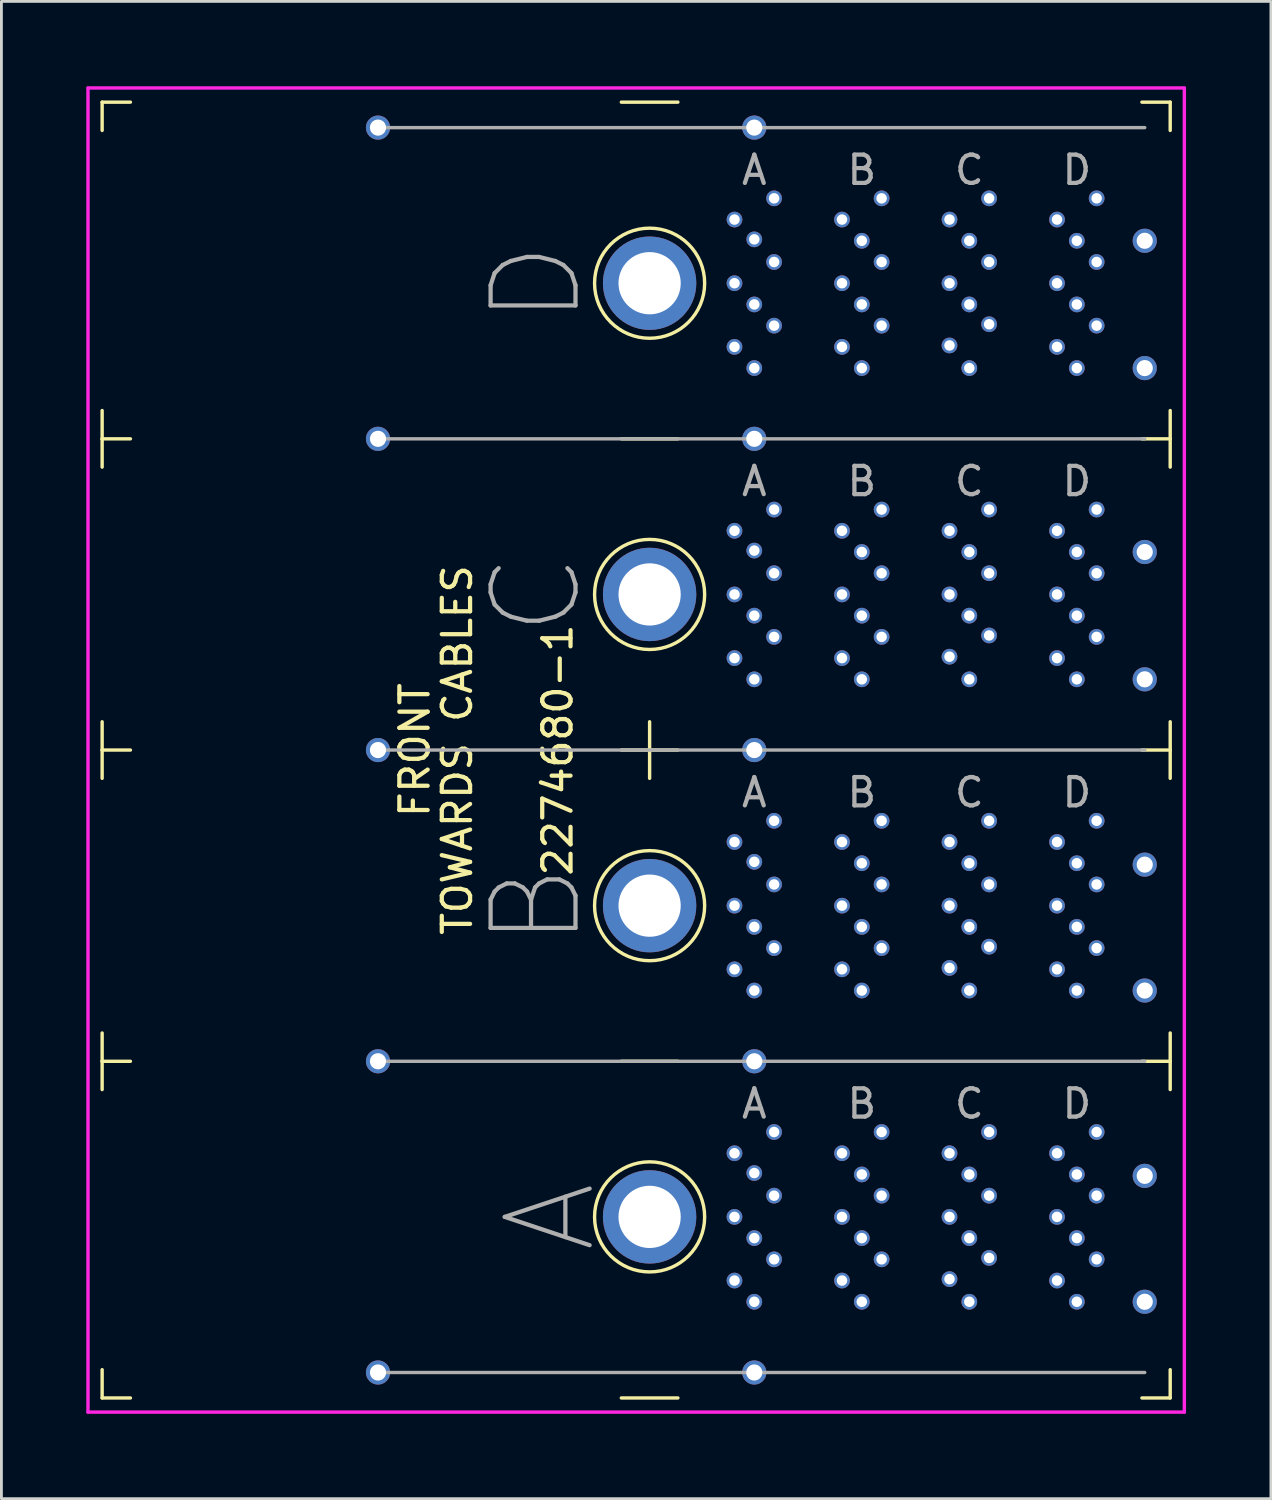
<source format=kicad_pcb>
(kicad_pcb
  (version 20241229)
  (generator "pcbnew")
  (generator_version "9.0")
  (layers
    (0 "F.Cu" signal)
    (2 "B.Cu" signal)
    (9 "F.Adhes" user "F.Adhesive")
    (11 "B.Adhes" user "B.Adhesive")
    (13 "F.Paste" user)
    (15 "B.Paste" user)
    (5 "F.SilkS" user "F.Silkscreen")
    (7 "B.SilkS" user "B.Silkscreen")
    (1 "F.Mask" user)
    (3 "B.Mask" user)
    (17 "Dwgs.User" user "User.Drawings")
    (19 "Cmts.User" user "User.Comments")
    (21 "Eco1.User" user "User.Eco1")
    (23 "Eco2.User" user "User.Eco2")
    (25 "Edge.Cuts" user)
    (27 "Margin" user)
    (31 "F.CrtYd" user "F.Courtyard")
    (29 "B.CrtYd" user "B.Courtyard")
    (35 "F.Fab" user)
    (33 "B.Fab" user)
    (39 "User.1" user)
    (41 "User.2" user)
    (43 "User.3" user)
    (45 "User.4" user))
  (footprint "2274680-1"
    (layer "F.Cu")
    (at 19.91 23.46)
    (property "Reference" "2274680-1" (at -3.25 0 90) (layer "F.SilkS") (effects (font (size 1 1) (thickness 0.15))))
    (attr through_hole)
    (fp_line (start -19.35 -22.9) (end -19.35 -21.9) (stroke (width 0.12) (type solid)) (layer "F.SilkS"))
    (fp_line (start -19.35 -22.9) (end -18.35 -22.9) (stroke (width 0.12) (type solid)) (layer "F.SilkS"))
    (fp_line (start -19.35 -11) (end -19.35 -12) (stroke (width 0.12) (type solid)) (layer "F.SilkS"))
    (fp_line (start -19.35 -11) (end -19.35 -10) (stroke (width 0.12) (type solid)) (layer "F.SilkS"))
    (fp_line (start -19.35 -11) (end -18.35 -11) (stroke (width 0.12) (type solid)) (layer "F.SilkS"))
    (fp_line (start -19.35 0) (end -19.35 -1) (stroke (width 0.12) (type solid)) (layer "F.SilkS"))
    (fp_line (start -19.35 0) (end -19.35 1) (stroke (width 0.12) (type solid)) (layer "F.SilkS"))
    (fp_line (start -19.35 0) (end -18.35 0) (stroke (width 0.12) (type solid)) (layer "F.SilkS"))
    (fp_line (start -19.35 11) (end -19.35 10) (stroke (width 0.12) (type solid)) (layer "F.SilkS"))
    (fp_line (start -19.35 11) (end -19.35 12) (stroke (width 0.12) (type solid)) (layer "F.SilkS"))
    (fp_line (start -19.35 11) (end -18.35 11) (stroke (width 0.12) (type solid)) (layer "F.SilkS"))
    (fp_line (start -19.35 22.9) (end -19.35 21.9) (stroke (width 0.12) (type solid)) (layer "F.SilkS"))
    (fp_line (start -19.35 22.9) (end -18.35 22.9) (stroke (width 0.12) (type solid)) (layer "F.SilkS"))
    (fp_line (start -1 -22.9) (end 1 -22.9) (stroke (width 0.12) (type solid)) (layer "F.SilkS"))
    (fp_line (start -1 -11) (end 1 -11) (stroke (width 0.12) (type solid)) (layer "F.SilkS"))
    (fp_line (start -1 0) (end 1 0) (stroke (width 0.12) (type solid)) (layer "F.SilkS"))
    (fp_line (start -1 11) (end 1 11) (stroke (width 0.12) (type solid)) (layer "F.SilkS"))
    (fp_line (start -1 22.9) (end 1 22.9) (stroke (width 0.12) (type solid)) (layer "F.SilkS"))
    (fp_line (start 0 -1) (end 0 1) (stroke (width 0.12) (type solid)) (layer "F.SilkS"))
    (fp_line (start 18.4 -22.9) (end 17.4 -22.9) (stroke (width 0.12) (type solid)) (layer "F.SilkS"))
    (fp_line (start 18.4 -22.9) (end 18.4 -21.9) (stroke (width 0.12) (type solid)) (layer "F.SilkS"))
    (fp_line (start 18.4 -11) (end 17.4 -11) (stroke (width 0.12) (type solid)) (layer "F.SilkS"))
    (fp_line (start 18.4 -11) (end 18.4 -12) (stroke (width 0.12) (type solid)) (layer "F.SilkS"))
    (fp_line (start 18.4 -11) (end 18.4 -10) (stroke (width 0.12) (type solid)) (layer "F.SilkS"))
    (fp_line (start 18.4 0) (end 17.4 0) (stroke (width 0.12) (type solid)) (layer "F.SilkS"))
    (fp_line (start 18.4 0) (end 18.4 -1) (stroke (width 0.12) (type solid)) (layer "F.SilkS"))
    (fp_line (start 18.4 0) (end 18.4 1) (stroke (width 0.12) (type solid)) (layer "F.SilkS"))
    (fp_line (start 18.4 11) (end 17.4 11) (stroke (width 0.12) (type solid)) (layer "F.SilkS"))
    (fp_line (start 18.4 11) (end 18.4 10) (stroke (width 0.12) (type solid)) (layer "F.SilkS"))
    (fp_line (start 18.4 11) (end 18.4 12) (stroke (width 0.12) (type solid)) (layer "F.SilkS"))
    (fp_line (start 18.4 22.9) (end 17.4 22.9) (stroke (width 0.12) (type solid)) (layer "F.SilkS"))
    (fp_line (start 18.4 22.9) (end 18.4 21.9) (stroke (width 0.12) (type solid)) (layer "F.SilkS"))
    (fp_circle (center 0 -16.5) (end 1.75 -17.35) (stroke (width 0.12) (type solid)) (fill no) (layer "F.SilkS"))
    (fp_circle (center 0 -5.5) (end 1.75 -6.35) (stroke (width 0.12) (type solid)) (fill no) (layer "F.SilkS"))
    (fp_circle (center 0 5.5) (end 1.75 4.65) (stroke (width 0.12) (type solid)) (fill no) (layer "F.SilkS"))
    (fp_circle (center 0 16.5) (end 1.75 15.65) (stroke (width 0.12) (type solid)) (fill no) (layer "F.SilkS"))
    (fp_line (start -19.85 -23.4) (end -19.85 23.4) (stroke (width 0.12) (type solid)) (layer "F.CrtYd"))
    (fp_line (start -19.85 23.4) (end 18.9 23.4) (stroke (width 0.12) (type solid)) (layer "F.CrtYd"))
    (fp_line (start 18.9 -23.4) (end -19.85 -23.4) (stroke (width 0.12) (type solid)) (layer "F.CrtYd"))
    (fp_line (start 18.9 23.4) (end 18.9 -23.4) (stroke (width 0.12) (type solid)) (layer "F.CrtYd"))
    (fp_line (start 17.5 -22) (end -9.6 -22) (stroke (width 0.12) (type solid)) (layer "F.Fab"))
    (fp_line (start 17.5 -11) (end -9.6 -11) (stroke (width 0.12) (type solid)) (layer "F.Fab"))
    (fp_line (start 17.5 0) (end -9.6 0) (stroke (width 0.12) (type solid)) (layer "F.Fab"))
    (fp_line (start 17.5 11) (end -9.6 11) (stroke (width 0.12) (type solid)) (layer "F.Fab"))
    (fp_line (start 17.5 22) (end -9.6 22) (stroke (width 0.12) (type solid)) (layer "F.Fab"))
    (fp_text user "TOWARDS CABLES" (at -6.8 0 90) (layer "F.SilkS") (effects (font (size 1 1) (thickness 0.15))))
    (fp_text user "FRONT" (at -8.3 0 90) (layer "F.SilkS") (effects (font (size 1 1) (thickness 0.15))))
    (fp_text user "A" (at -3.5 16.5 90) (layer "F.Fab") (effects (font (size 3 3) (thickness 0.15))))
    (fp_text user "B" (at 7.5 12.5 0) (layer "F.Fab") (effects (font (size 1 1) (thickness 0.15))))
    (fp_text user "C" (at 11.3 -20.5 0) (layer "F.Fab") (effects (font (size 1 1) (thickness 0.15))))
    (fp_text user "B" (at 7.5 -20.5 0) (layer "F.Fab") (effects (font (size 1 1) (thickness 0.15))))
    (fp_text user "A" (at 3.7 12.5 0) (layer "F.Fab") (effects (font (size 1 1) (thickness 0.15))))
    (fp_text user "C" (at -4 -5.5 90) (layer "F.Fab") (effects (font (size 3 3) (thickness 0.15))))
    (fp_text user "D" (at 15.1 1.5 0) (layer "F.Fab") (effects (font (size 1 1) (thickness 0.15))))
    (fp_text user "C" (at 11.3 12.5 0) (layer "F.Fab") (effects (font (size 1 1) (thickness 0.15))))
    (fp_text user "D" (at 15.1 12.5 0) (layer "F.Fab") (effects (font (size 1 1) (thickness 0.15))))
    (fp_text user "A" (at 3.7 1.5 0) (layer "F.Fab") (effects (font (size 1 1) (thickness 0.15))))
    (fp_text user "B" (at 7.5 1.5 0) (layer "F.Fab") (effects (font (size 1 1) (thickness 0.15))))
    (fp_text user "C" (at 11.3 1.5 0) (layer "F.Fab") (effects (font (size 1 1) (thickness 0.15))))
    (fp_text user "A" (at 3.7 -20.5 0) (layer "F.Fab") (effects (font (size 1 1) (thickness 0.15))))
    (fp_text user "A" (at 3.7 -9.5 0) (layer "F.Fab") (effects (font (size 1 1) (thickness 0.15))))
    (fp_text user "D" (at -4 -16.5 90) (layer "F.Fab") (effects (font (size 3 3) (thickness 0.15))))
    (fp_text user "B" (at -4 5.5 90) (layer "F.Fab") (effects (font (size 3 3) (thickness 0.15))))
    (fp_text user "C" (at 11.3 -9.5 0) (layer "F.Fab") (effects (font (size 1 1) (thickness 0.15))))
    (fp_text user "D" (at 15.1 -9.5 0) (layer "F.Fab") (effects (font (size 1 1) (thickness 0.15))))
    (fp_text user "B" (at 7.5 -9.5 0) (layer "F.Fab") (effects (font (size 1 1) (thickness 0.15))))
    (fp_text user "D" (at 15.1 -20.5 0) (layer "F.Fab") (effects (font (size 1 1) (thickness 0.15))))
    (pad "A1-A" thru_hole circle (at 4.4 13.5) (size 0.555 0.555) (drill 0.37) (layers "*.Cu" "*.Mask"))
    (pad "A1-B" thru_hole circle (at 4.4 2.5) (size 0.555 0.555) (drill 0.37) (layers "*.Cu" "*.Mask"))
    (pad "A1-C" thru_hole circle (at 4.4 -8.5) (size 0.555 0.555) (drill 0.37) (layers "*.Cu" "*.Mask"))
    (pad "A1-D" thru_hole circle (at 4.4 -19.5) (size 0.555 0.555) (drill 0.37) (layers "*.Cu" "*.Mask"))
    (pad "A2-A" thru_hole circle (at 3 14.25) (size 0.555 0.555) (drill 0.37) (layers "*.Cu" "*.Mask"))
    (pad "A2-B" thru_hole circle (at 3 3.25) (size 0.555 0.555) (drill 0.37) (layers "*.Cu" "*.Mask"))
    (pad "A2-C" thru_hole circle (at 3 -7.75) (size 0.555 0.555) (drill 0.37) (layers "*.Cu" "*.Mask"))
    (pad "A2-D" thru_hole circle (at 3 -18.75) (size 0.555 0.555) (drill 0.37) (layers "*.Cu" "*.Mask"))
    (pad "A3-A" thru_hole circle (at 3.7 14.95) (size 0.555 0.555) (drill 0.37) (layers "*.Cu" "*.Mask"))
    (pad "A3-B" thru_hole circle (at 3.7 3.95) (size 0.555 0.555) (drill 0.37) (layers "*.Cu" "*.Mask"))
    (pad "A3-C" thru_hole circle (at 3.7 -7.05) (size 0.555 0.555) (drill 0.37) (layers "*.Cu" "*.Mask"))
    (pad "A3-D" thru_hole circle (at 3.7 -18.05) (size 0.555 0.555) (drill 0.37) (layers "*.Cu" "*.Mask"))
    (pad "A4-A" thru_hole circle (at 4.4 15.75) (size 0.555 0.555) (drill 0.37) (layers "*.Cu" "*.Mask"))
    (pad "A4-B" thru_hole circle (at 4.4 4.75) (size 0.555 0.555) (drill 0.37) (layers "*.Cu" "*.Mask"))
    (pad "A4-C" thru_hole circle (at 4.4 -6.25) (size 0.555 0.555) (drill 0.37) (layers "*.Cu" "*.Mask"))
    (pad "A4-D" thru_hole circle (at 4.4 -17.25) (size 0.555 0.555) (drill 0.37) (layers "*.Cu" "*.Mask"))
    (pad "A5-A" thru_hole circle (at 3 16.5) (size 0.555 0.555) (drill 0.37) (layers "*.Cu" "*.Mask"))
    (pad "A5-B" thru_hole circle (at 3 5.5) (size 0.555 0.555) (drill 0.37) (layers "*.Cu" "*.Mask"))
    (pad "A5-C" thru_hole circle (at 3 -5.5) (size 0.555 0.555) (drill 0.37) (layers "*.Cu" "*.Mask"))
    (pad "A5-D" thru_hole circle (at 3 -16.5) (size 0.555 0.555) (drill 0.37) (layers "*.Cu" "*.Mask"))
    (pad "A6-A" thru_hole circle (at 3.7 17.25) (size 0.555 0.555) (drill 0.37) (layers "*.Cu" "*.Mask"))
    (pad "A6-B" thru_hole circle (at 3.7 6.25) (size 0.555 0.555) (drill 0.37) (layers "*.Cu" "*.Mask"))
    (pad "A6-C" thru_hole circle (at 3.7 -4.75) (size 0.555 0.555) (drill 0.37) (layers "*.Cu" "*.Mask"))
    (pad "A6-D" thru_hole circle (at 3.7 -15.75) (size 0.555 0.555) (drill 0.37) (layers "*.Cu" "*.Mask"))
    (pad "A7-A" thru_hole circle (at 4.4 18) (size 0.555 0.555) (drill 0.37) (layers "*.Cu" "*.Mask"))
    (pad "A7-B" thru_hole circle (at 4.4 7) (size 0.555 0.555) (drill 0.37) (layers "*.Cu" "*.Mask"))
    (pad "A7-C" thru_hole circle (at 4.4 -4) (size 0.555 0.555) (drill 0.37) (layers "*.Cu" "*.Mask"))
    (pad "A7-D" thru_hole circle (at 4.4 -15) (size 0.555 0.555) (drill 0.37) (layers "*.Cu" "*.Mask"))
    (pad "A8-A" thru_hole circle (at 3 18.75) (size 0.555 0.555) (drill 0.37) (layers "*.Cu" "*.Mask"))
    (pad "A8-B" thru_hole circle (at 3 7.75) (size 0.555 0.555) (drill 0.37) (layers "*.Cu" "*.Mask"))
    (pad "A8-C" thru_hole circle (at 3 -3.25) (size 0.555 0.555) (drill 0.37) (layers "*.Cu" "*.Mask"))
    (pad "A8-D" thru_hole circle (at 3 -14.25) (size 0.555 0.555) (drill 0.37) (layers "*.Cu" "*.Mask"))
    (pad "A9-A" thru_hole circle (at 3.7 19.5) (size 0.555 0.555) (drill 0.37) (layers "*.Cu" "*.Mask"))
    (pad "A9-B" thru_hole circle (at 3.7 8.5) (size 0.555 0.555) (drill 0.37) (layers "*.Cu" "*.Mask"))
    (pad "A9-C" thru_hole circle (at 3.7 -2.5) (size 0.555 0.555) (drill 0.37) (layers "*.Cu" "*.Mask"))
    (pad "A9-D" thru_hole circle (at 3.7 -13.5) (size 0.555 0.555) (drill 0.37) (layers "*.Cu" "*.Mask"))
    (pad "B1-A" thru_hole circle (at 8.2 13.5) (size 0.555 0.555) (drill 0.37) (layers "*.Cu" "*.Mask"))
    (pad "B1-B" thru_hole circle (at 8.2 2.5) (size 0.555 0.555) (drill 0.37) (layers "*.Cu" "*.Mask"))
    (pad "B1-C" thru_hole circle (at 8.2 -8.5) (size 0.555 0.555) (drill 0.37) (layers "*.Cu" "*.Mask"))
    (pad "B1-D" thru_hole circle (at 8.2 -19.5) (size 0.555 0.555) (drill 0.37) (layers "*.Cu" "*.Mask"))
    (pad "B2-A" thru_hole circle (at 6.8 14.25) (size 0.555 0.555) (drill 0.37) (layers "*.Cu" "*.Mask"))
    (pad "B2-B" thru_hole circle (at 6.8 3.25) (size 0.555 0.555) (drill 0.37) (layers "*.Cu" "*.Mask"))
    (pad "B2-C" thru_hole circle (at 6.8 -7.75) (size 0.555 0.555) (drill 0.37) (layers "*.Cu" "*.Mask"))
    (pad "B2-D" thru_hole circle (at 6.8 -18.75) (size 0.555 0.555) (drill 0.37) (layers "*.Cu" "*.Mask"))
    (pad "B3-A" thru_hole circle (at 7.5 15) (size 0.555 0.555) (drill 0.37) (layers "*.Cu" "*.Mask"))
    (pad "B3-B" thru_hole circle (at 7.5 4) (size 0.555 0.555) (drill 0.37) (layers "*.Cu" "*.Mask"))
    (pad "B3-C" thru_hole circle (at 7.5 -7) (size 0.555 0.555) (drill 0.37) (layers "*.Cu" "*.Mask"))
    (pad "B3-D" thru_hole circle (at 7.5 -18) (size 0.555 0.555) (drill 0.37) (layers "*.Cu" "*.Mask"))
    (pad "B4-A" thru_hole circle (at 8.2 15.75) (size 0.555 0.555) (drill 0.37) (layers "*.Cu" "*.Mask"))
    (pad "B4-B" thru_hole circle (at 8.2 4.75) (size 0.555 0.555) (drill 0.37) (layers "*.Cu" "*.Mask"))
    (pad "B4-C" thru_hole circle (at 8.2 -6.25) (size 0.555 0.555) (drill 0.37) (layers "*.Cu" "*.Mask"))
    (pad "B4-D" thru_hole circle (at 8.2 -17.25) (size 0.555 0.555) (drill 0.37) (layers "*.Cu" "*.Mask"))
    (pad "B5-A" thru_hole circle (at 6.8 16.5) (size 0.555 0.555) (drill 0.37) (layers "*.Cu" "*.Mask"))
    (pad "B5-B" thru_hole circle (at 6.8 5.5) (size 0.555 0.555) (drill 0.37) (layers "*.Cu" "*.Mask"))
    (pad "B5-C" thru_hole circle (at 6.8 -5.5) (size 0.555 0.555) (drill 0.37) (layers "*.Cu" "*.Mask"))
    (pad "B5-D" thru_hole circle (at 6.8 -16.5) (size 0.555 0.555) (drill 0.37) (layers "*.Cu" "*.Mask"))
    (pad "B6-A" thru_hole circle (at 7.5 17.25) (size 0.555 0.555) (drill 0.37) (layers "*.Cu" "*.Mask"))
    (pad "B6-B" thru_hole circle (at 7.5 6.25) (size 0.555 0.555) (drill 0.37) (layers "*.Cu" "*.Mask"))
    (pad "B6-C" thru_hole circle (at 7.5 -4.75) (size 0.555 0.555) (drill 0.37) (layers "*.Cu" "*.Mask"))
    (pad "B6-D" thru_hole circle (at 7.5 -15.75) (size 0.555 0.555) (drill 0.37) (layers "*.Cu" "*.Mask"))
    (pad "B7-A" thru_hole circle (at 8.2 18) (size 0.555 0.555) (drill 0.37) (layers "*.Cu" "*.Mask"))
    (pad "B7-B" thru_hole circle (at 8.2 7) (size 0.555 0.555) (drill 0.37) (layers "*.Cu" "*.Mask"))
    (pad "B7-C" thru_hole circle (at 8.2 -4) (size 0.555 0.555) (drill 0.37) (layers "*.Cu" "*.Mask"))
    (pad "B7-D" thru_hole circle (at 8.2 -15) (size 0.555 0.555) (drill 0.37) (layers "*.Cu" "*.Mask"))
    (pad "B8-A" thru_hole circle (at 6.8 18.75) (size 0.555 0.555) (drill 0.37) (layers "*.Cu" "*.Mask"))
    (pad "B8-B" thru_hole circle (at 6.8 7.75) (size 0.555 0.555) (drill 0.37) (layers "*.Cu" "*.Mask"))
    (pad "B8-C" thru_hole circle (at 6.8 -3.25) (size 0.555 0.555) (drill 0.37) (layers "*.Cu" "*.Mask"))
    (pad "B8-D" thru_hole circle (at 6.8 -14.25) (size 0.555 0.555) (drill 0.37) (layers "*.Cu" "*.Mask"))
    (pad "B9-A" thru_hole circle (at 7.5 19.5) (size 0.555 0.555) (drill 0.37) (layers "*.Cu" "*.Mask"))
    (pad "B9-B" thru_hole circle (at 7.5 8.5) (size 0.555 0.555) (drill 0.37) (layers "*.Cu" "*.Mask"))
    (pad "B9-C" thru_hole circle (at 7.5 -2.5) (size 0.555 0.555) (drill 0.37) (layers "*.Cu" "*.Mask"))
    (pad "B9-D" thru_hole circle (at 7.5 -13.5) (size 0.555 0.555) (drill 0.37) (layers "*.Cu" "*.Mask"))
    (pad "C1-A" thru_hole circle (at 12 13.5) (size 0.555 0.555) (drill 0.37) (layers "*.Cu" "*.Mask"))
    (pad "C1-B" thru_hole circle (at 12 2.5) (size 0.555 0.555) (drill 0.37) (layers "*.Cu" "*.Mask"))
    (pad "C1-C" thru_hole circle (at 12 -8.5) (size 0.555 0.555) (drill 0.37) (layers "*.Cu" "*.Mask"))
    (pad "C1-D" thru_hole circle (at 12 -19.5) (size 0.555 0.555) (drill 0.37) (layers "*.Cu" "*.Mask"))
    (pad "C2-A" thru_hole circle (at 10.6 14.25) (size 0.555 0.555) (drill 0.37) (layers "*.Cu" "*.Mask"))
    (pad "C2-B" thru_hole circle (at 10.6 3.25) (size 0.555 0.555) (drill 0.37) (layers "*.Cu" "*.Mask"))
    (pad "C2-C" thru_hole circle (at 10.6 -7.75) (size 0.555 0.555) (drill 0.37) (layers "*.Cu" "*.Mask"))
    (pad "C2-D" thru_hole circle (at 10.6 -18.75) (size 0.555 0.555) (drill 0.37) (layers "*.Cu" "*.Mask"))
    (pad "C3-A" thru_hole circle (at 11.3 15) (size 0.555 0.555) (drill 0.37) (layers "*.Cu" "*.Mask"))
    (pad "C3-B" thru_hole circle (at 11.3 4) (size 0.555 0.555) (drill 0.37) (layers "*.Cu" "*.Mask"))
    (pad "C3-C" thru_hole circle (at 11.3 -7) (size 0.555 0.555) (drill 0.37) (layers "*.Cu" "*.Mask"))
    (pad "C3-D" thru_hole circle (at 11.3 -18) (size 0.555 0.555) (drill 0.37) (layers "*.Cu" "*.Mask"))
    (pad "C4-A" thru_hole circle (at 12 15.75) (size 0.555 0.555) (drill 0.37) (layers "*.Cu" "*.Mask"))
    (pad "C4-B" thru_hole circle (at 12 4.75) (size 0.555 0.555) (drill 0.37) (layers "*.Cu" "*.Mask"))
    (pad "C4-C" thru_hole circle (at 12 -6.25) (size 0.555 0.555) (drill 0.37) (layers "*.Cu" "*.Mask"))
    (pad "C4-D" thru_hole circle (at 12 -17.25) (size 0.555 0.555) (drill 0.37) (layers "*.Cu" "*.Mask"))
    (pad "C5-A" thru_hole circle (at 10.6 16.5) (size 0.555 0.555) (drill 0.37) (layers "*.Cu" "*.Mask"))
    (pad "C5-B" thru_hole circle (at 10.6 5.5) (size 0.555 0.555) (drill 0.37) (layers "*.Cu" "*.Mask"))
    (pad "C5-C" thru_hole circle (at 10.6 -5.5) (size 0.555 0.555) (drill 0.37) (layers "*.Cu" "*.Mask"))
    (pad "C5-D" thru_hole circle (at 10.6 -16.5) (size 0.555 0.555) (drill 0.37) (layers "*.Cu" "*.Mask"))
    (pad "C6-A" thru_hole circle (at 11.3 17.25) (size 0.555 0.555) (drill 0.37) (layers "*.Cu" "*.Mask"))
    (pad "C6-B" thru_hole circle (at 11.3 6.25) (size 0.555 0.555) (drill 0.37) (layers "*.Cu" "*.Mask"))
    (pad "C6-C" thru_hole circle (at 11.3 -4.75) (size 0.555 0.555) (drill 0.37) (layers "*.Cu" "*.Mask"))
    (pad "C6-D" thru_hole circle (at 11.3 -15.75) (size 0.555 0.555) (drill 0.37) (layers "*.Cu" "*.Mask"))
    (pad "C7-A" thru_hole circle (at 12 17.95) (size 0.555 0.555) (drill 0.37) (layers "*.Cu" "*.Mask"))
    (pad "C7-B" thru_hole circle (at 12 6.95) (size 0.555 0.555) (drill 0.37) (layers "*.Cu" "*.Mask"))
    (pad "C7-C" thru_hole circle (at 12 -4.05) (size 0.555 0.555) (drill 0.37) (layers "*.Cu" "*.Mask"))
    (pad "C7-D" thru_hole circle (at 12 -15.05) (size 0.555 0.555) (drill 0.37) (layers "*.Cu" "*.Mask"))
    (pad "C8-A" thru_hole circle (at 10.6 18.7) (size 0.555 0.555) (drill 0.37) (layers "*.Cu" "*.Mask"))
    (pad "C8-B" thru_hole circle (at 10.6 7.7) (size 0.555 0.555) (drill 0.37) (layers "*.Cu" "*.Mask"))
    (pad "C8-C" thru_hole circle (at 10.6 -3.3) (size 0.555 0.555) (drill 0.37) (layers "*.Cu" "*.Mask"))
    (pad "C8-D" thru_hole circle (at 10.6 -14.3) (size 0.555 0.555) (drill 0.37) (layers "*.Cu" "*.Mask"))
    (pad "C9-A" thru_hole circle (at 11.3 19.5) (size 0.555 0.555) (drill 0.37) (layers "*.Cu" "*.Mask"))
    (pad "C9-B" thru_hole circle (at 11.3 8.5) (size 0.555 0.555) (drill 0.37) (layers "*.Cu" "*.Mask"))
    (pad "C9-C" thru_hole circle (at 11.3 -2.5) (size 0.555 0.555) (drill 0.37) (layers "*.Cu" "*.Mask"))
    (pad "C9-D" thru_hole circle (at 11.3 -13.5) (size 0.555 0.555) (drill 0.37) (layers "*.Cu" "*.Mask"))
    (pad "D1-A" thru_hole circle (at 15.8 13.5) (size 0.555 0.555) (drill 0.37) (layers "*.Cu" "*.Mask"))
    (pad "D1-B" thru_hole circle (at 15.8 2.5) (size 0.555 0.555) (drill 0.37) (layers "*.Cu" "*.Mask"))
    (pad "D1-C" thru_hole circle (at 15.8 -8.5) (size 0.555 0.555) (drill 0.37) (layers "*.Cu" "*.Mask"))
    (pad "D1-D" thru_hole circle (at 15.8 -19.5) (size 0.555 0.555) (drill 0.37) (layers "*.Cu" "*.Mask"))
    (pad "D2-A" thru_hole circle (at 14.4 14.25) (size 0.555 0.555) (drill 0.37) (layers "*.Cu" "*.Mask"))
    (pad "D2-B" thru_hole circle (at 14.4 3.25) (size 0.555 0.555) (drill 0.37) (layers "*.Cu" "*.Mask"))
    (pad "D2-C" thru_hole circle (at 14.4 -7.75) (size 0.555 0.555) (drill 0.37) (layers "*.Cu" "*.Mask"))
    (pad "D2-D" thru_hole circle (at 14.4 -18.75) (size 0.555 0.555) (drill 0.37) (layers "*.Cu" "*.Mask"))
    (pad "D3-A" thru_hole circle (at 15.1 15) (size 0.555 0.555) (drill 0.37) (layers "*.Cu" "*.Mask"))
    (pad "D3-B" thru_hole circle (at 15.1 4) (size 0.555 0.555) (drill 0.37) (layers "*.Cu" "*.Mask"))
    (pad "D3-C" thru_hole circle (at 15.1 -7) (size 0.555 0.555) (drill 0.37) (layers "*.Cu" "*.Mask"))
    (pad "D3-D" thru_hole circle (at 15.1 -18) (size 0.555 0.555) (drill 0.37) (layers "*.Cu" "*.Mask"))
    (pad "D4-A" thru_hole circle (at 15.8 15.75) (size 0.555 0.555) (drill 0.37) (layers "*.Cu" "*.Mask"))
    (pad "D4-B" thru_hole circle (at 15.8 4.75) (size 0.555 0.555) (drill 0.37) (layers "*.Cu" "*.Mask"))
    (pad "D4-C" thru_hole circle (at 15.8 -6.25) (size 0.555 0.555) (drill 0.37) (layers "*.Cu" "*.Mask"))
    (pad "D4-D" thru_hole circle (at 15.8 -17.25) (size 0.555 0.555) (drill 0.37) (layers "*.Cu" "*.Mask"))
    (pad "D5-A" thru_hole circle (at 14.4 16.5) (size 0.555 0.555) (drill 0.37) (layers "*.Cu" "*.Mask"))
    (pad "D5-B" thru_hole circle (at 14.4 5.5) (size 0.555 0.555) (drill 0.37) (layers "*.Cu" "*.Mask"))
    (pad "D5-C" thru_hole circle (at 14.4 -5.5) (size 0.555 0.555) (drill 0.37) (layers "*.Cu" "*.Mask"))
    (pad "D5-D" thru_hole circle (at 14.4 -16.5) (size 0.555 0.555) (drill 0.37) (layers "*.Cu" "*.Mask"))
    (pad "D6-A" thru_hole circle (at 15.1 17.25) (size 0.555 0.555) (drill 0.37) (layers "*.Cu" "*.Mask"))
    (pad "D6-B" thru_hole circle (at 15.1 6.25) (size 0.555 0.555) (drill 0.37) (layers "*.Cu" "*.Mask"))
    (pad "D6-C" thru_hole circle (at 15.1 -4.75) (size 0.555 0.555) (drill 0.37) (layers "*.Cu" "*.Mask"))
    (pad "D6-D" thru_hole circle (at 15.1 -15.75) (size 0.555 0.555) (drill 0.37) (layers "*.Cu" "*.Mask"))
    (pad "D7-A" thru_hole circle (at 15.8 18) (size 0.555 0.555) (drill 0.37) (layers "*.Cu" "*.Mask"))
    (pad "D7-B" thru_hole circle (at 15.8 7) (size 0.555 0.555) (drill 0.37) (layers "*.Cu" "*.Mask"))
    (pad "D7-C" thru_hole circle (at 15.8 -4) (size 0.555 0.555) (drill 0.37) (layers "*.Cu" "*.Mask"))
    (pad "D7-D" thru_hole circle (at 15.8 -15) (size 0.555 0.555) (drill 0.37) (layers "*.Cu" "*.Mask"))
    (pad "D8-A" thru_hole circle (at 14.4 18.75) (size 0.555 0.555) (drill 0.37) (layers "*.Cu" "*.Mask"))
    (pad "D8-B" thru_hole circle (at 14.4 7.75) (size 0.555 0.555) (drill 0.37) (layers "*.Cu" "*.Mask"))
    (pad "D8-C" thru_hole circle (at 14.4 -3.25) (size 0.555 0.555) (drill 0.37) (layers "*.Cu" "*.Mask"))
    (pad "D8-D" thru_hole circle (at 14.4 -14.25) (size 0.555 0.555) (drill 0.37) (layers "*.Cu" "*.Mask"))
    (pad "D9-A" thru_hole circle (at 15.1 19.5) (size 0.555 0.555) (drill 0.37) (layers "*.Cu" "*.Mask"))
    (pad "D9-B" thru_hole circle (at 15.1 8.5) (size 0.555 0.555) (drill 0.37) (layers "*.Cu" "*.Mask"))
    (pad "D9-C" thru_hole circle (at 15.1 -2.5) (size 0.555 0.555) (drill 0.37) (layers "*.Cu" "*.Mask"))
    (pad "D9-D" thru_hole circle (at 15.1 -13.5) (size 0.555 0.555) (drill 0.37) (layers "*.Cu" "*.Mask"))
    (pad "SHIELD" thru_hole circle (at -9.6 -22) (size 0.855 0.855) (drill 0.57) (layers "*.Cu" "*.Mask"))
    (pad "SHIELD" thru_hole circle (at -9.6 -11) (size 0.855 0.855) (drill 0.57) (layers "*.Cu" "*.Mask"))
    (pad "SHIELD" thru_hole circle (at -9.6 0) (size 0.855 0.855) (drill 0.57) (layers "*.Cu" "*.Mask"))
    (pad "SHIELD" thru_hole circle (at -9.6 11) (size 0.855 0.855) (drill 0.57) (layers "*.Cu" "*.Mask"))
    (pad "SHIELD" thru_hole circle (at -9.6 22) (size 0.855 0.855) (drill 0.57) (layers "*.Cu" "*.Mask"))
    (pad "SHIELD" thru_hole circle (at 0 -16.5) (size 3.3 3.3) (drill 2.2) (layers "*.Cu" "*.Mask"))
    (pad "SHIELD" thru_hole circle (at 0 -5.5) (size 3.3 3.3) (drill 2.2) (layers "*.Cu" "*.Mask"))
    (pad "SHIELD" thru_hole circle (at 0 5.5) (size 3.3 3.3) (drill 2.2) (layers "*.Cu" "*.Mask"))
    (pad "SHIELD" thru_hole circle (at 0 16.5) (size 3.3 3.3) (drill 2.2) (layers "*.Cu" "*.Mask"))
    (pad "SHIELD" thru_hole circle (at 3.7 -22) (size 0.855 0.855) (drill 0.57) (layers "*.Cu" "*.Mask"))
    (pad "SHIELD" thru_hole circle (at 3.7 -11) (size 0.855 0.855) (drill 0.57) (layers "*.Cu" "*.Mask"))
    (pad "SHIELD" thru_hole circle (at 3.7 0) (size 0.855 0.855) (drill 0.57) (layers "*.Cu" "*.Mask"))
    (pad "SHIELD" thru_hole circle (at 3.7 11) (size 0.855 0.855) (drill 0.57) (layers "*.Cu" "*.Mask"))
    (pad "SHIELD" thru_hole circle (at 3.7 22) (size 0.855 0.855) (drill 0.57) (layers "*.Cu" "*.Mask"))
    (pad "SHIELD" thru_hole circle (at 17.5 -18) (size 0.855 0.855) (drill 0.57) (layers "*.Cu" "*.Mask"))
    (pad "SHIELD" thru_hole circle (at 17.5 -13.5) (size 0.855 0.855) (drill 0.57) (layers "*.Cu" "*.Mask"))
    (pad "SHIELD" thru_hole circle (at 17.5 -7) (size 0.855 0.855) (drill 0.57) (layers "*.Cu" "*.Mask"))
    (pad "SHIELD" thru_hole circle (at 17.5 -2.5) (size 0.855 0.855) (drill 0.57) (layers "*.Cu" "*.Mask"))
    (pad "SHIELD" thru_hole circle (at 17.5 4.05) (size 0.855 0.855) (drill 0.57) (layers "*.Cu" "*.Mask"))
    (pad "SHIELD" thru_hole circle (at 17.5 8.5) (size 0.855 0.855) (drill 0.57) (layers "*.Cu" "*.Mask"))
    (pad "SHIELD" thru_hole circle (at 17.5 15.05) (size 0.855 0.855) (drill 0.57) (layers "*.Cu" "*.Mask"))
    (pad "SHIELD" thru_hole circle (at 17.5 19.5) (size 0.855 0.855) (drill 0.57) (layers "*.Cu" "*.Mask")))
  (gr_rect
    (start -3 -3)
    (end 41.87 49.92)
    (stroke (width 0.1) (type default))
    (fill no)
    (layer "Edge.Cuts")))
</source>
